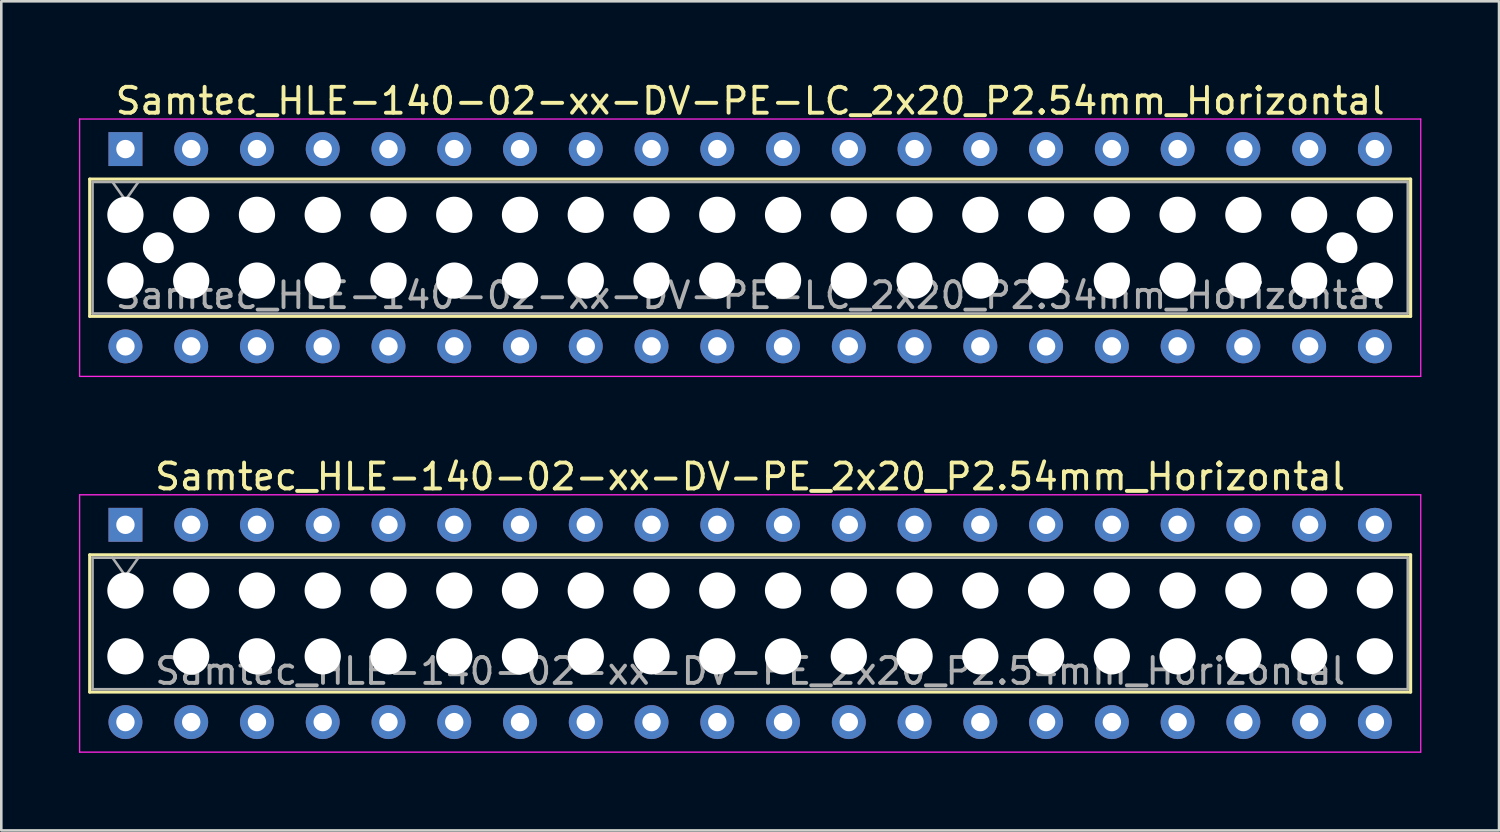
<source format=kicad_pcb>
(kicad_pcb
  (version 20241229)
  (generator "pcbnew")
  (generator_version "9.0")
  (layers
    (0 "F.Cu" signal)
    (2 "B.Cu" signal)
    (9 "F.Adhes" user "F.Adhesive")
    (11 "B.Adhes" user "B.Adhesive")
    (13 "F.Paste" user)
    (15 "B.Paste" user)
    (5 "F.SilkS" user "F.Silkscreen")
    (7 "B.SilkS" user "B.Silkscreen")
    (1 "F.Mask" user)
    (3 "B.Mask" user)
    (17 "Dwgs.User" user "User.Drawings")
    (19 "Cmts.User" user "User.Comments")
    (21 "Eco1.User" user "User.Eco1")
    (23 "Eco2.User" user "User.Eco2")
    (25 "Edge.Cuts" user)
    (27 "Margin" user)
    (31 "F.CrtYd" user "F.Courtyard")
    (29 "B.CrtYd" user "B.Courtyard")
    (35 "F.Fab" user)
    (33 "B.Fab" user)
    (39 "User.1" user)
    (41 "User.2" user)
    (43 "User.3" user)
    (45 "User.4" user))
  (footprint "Samtec_HLE-140-02-xx-DV-PE_2x20_P2.54mm_Horizontal"
    (layer "F.Cu")
    (at 1.795 17.221)
    (property "Reference" "Samtec_HLE-140-02-xx-DV-PE_2x20_P2.54mm_Horizontal" (at 24.13 -1.86 0) (layer "F.SilkS") (effects (font (size 1 1) (thickness 0.15))))
    (attr through_hole)
    (fp_line (start -1.38 1.16) (end 49.64 1.16) (stroke (width 0.12) (type solid)) (layer "F.SilkS"))
    (fp_line (start -1.38 6.46) (end -1.38 1.16) (stroke (width 0.12) (type solid)) (layer "F.SilkS"))
    (fp_line (start 49.64 1.16) (end 49.64 6.46) (stroke (width 0.12) (type solid)) (layer "F.SilkS"))
    (fp_line (start 49.64 6.46) (end -1.38 6.46) (stroke (width 0.12) (type solid)) (layer "F.SilkS"))
    (fp_line (start -1.77 -1.16) (end 50.03 -1.16) (stroke (width 0.05) (type solid)) (layer "F.CrtYd"))
    (fp_line (start -1.77 8.78) (end -1.77 -1.16) (stroke (width 0.05) (type solid)) (layer "F.CrtYd"))
    (fp_line (start 50.03 -1.16) (end 50.03 8.78) (stroke (width 0.05) (type solid)) (layer "F.CrtYd"))
    (fp_line (start 50.03 8.78) (end -1.77 8.78) (stroke (width 0.05) (type solid)) (layer "F.CrtYd"))
    (fp_line (start -1.27 1.27) (end 49.53 1.27) (stroke (width 0.1) (type solid)) (layer "F.Fab"))
    (fp_line (start -1.27 6.35) (end -1.27 1.27) (stroke (width 0.1) (type solid)) (layer "F.Fab"))
    (fp_line (start -0.5 1.27) (end 0 1.977) (stroke (width 0.1) (type solid)) (layer "F.Fab"))
    (fp_line (start 0 1.977) (end 0.5 1.27) (stroke (width 0.1) (type solid)) (layer "F.Fab"))
    (fp_line (start 49.53 1.27) (end 49.53 6.35) (stroke (width 0.1) (type solid)) (layer "F.Fab"))
    (fp_line (start 49.53 6.35) (end -1.27 6.35) (stroke (width 0.1) (type solid)) (layer "F.Fab"))
    (fp_text user "${REFERENCE}" (at 24.13 5.65 0) (layer "F.Fab") (effects (font (size 1 1) (thickness 0.15))))
    (pad "" np_thru_hole circle (at 0 2.54) (size 1.4 1.4) (drill 1.4) (layers "*.Cu" "*.Mask"))
    (pad "" np_thru_hole circle (at 0 5.08) (size 1.4 1.4) (drill 1.4) (layers "*.Cu" "*.Mask"))
    (pad "" np_thru_hole circle (at 2.54 2.54) (size 1.4 1.4) (drill 1.4) (layers "*.Cu" "*.Mask"))
    (pad "" np_thru_hole circle (at 2.54 5.08) (size 1.4 1.4) (drill 1.4) (layers "*.Cu" "*.Mask"))
    (pad "" np_thru_hole circle (at 5.08 2.54) (size 1.4 1.4) (drill 1.4) (layers "*.Cu" "*.Mask"))
    (pad "" np_thru_hole circle (at 5.08 5.08) (size 1.4 1.4) (drill 1.4) (layers "*.Cu" "*.Mask"))
    (pad "" np_thru_hole circle (at 7.62 2.54) (size 1.4 1.4) (drill 1.4) (layers "*.Cu" "*.Mask"))
    (pad "" np_thru_hole circle (at 7.62 5.08) (size 1.4 1.4) (drill 1.4) (layers "*.Cu" "*.Mask"))
    (pad "" np_thru_hole circle (at 10.16 2.54) (size 1.4 1.4) (drill 1.4) (layers "*.Cu" "*.Mask"))
    (pad "" np_thru_hole circle (at 10.16 5.08) (size 1.4 1.4) (drill 1.4) (layers "*.Cu" "*.Mask"))
    (pad "" np_thru_hole circle (at 12.7 2.54) (size 1.4 1.4) (drill 1.4) (layers "*.Cu" "*.Mask"))
    (pad "" np_thru_hole circle (at 12.7 5.08) (size 1.4 1.4) (drill 1.4) (layers "*.Cu" "*.Mask"))
    (pad "" np_thru_hole circle (at 15.24 2.54) (size 1.4 1.4) (drill 1.4) (layers "*.Cu" "*.Mask"))
    (pad "" np_thru_hole circle (at 15.24 5.08) (size 1.4 1.4) (drill 1.4) (layers "*.Cu" "*.Mask"))
    (pad "" np_thru_hole circle (at 17.78 2.54) (size 1.4 1.4) (drill 1.4) (layers "*.Cu" "*.Mask"))
    (pad "" np_thru_hole circle (at 17.78 5.08) (size 1.4 1.4) (drill 1.4) (layers "*.Cu" "*.Mask"))
    (pad "" np_thru_hole circle (at 20.32 2.54) (size 1.4 1.4) (drill 1.4) (layers "*.Cu" "*.Mask"))
    (pad "" np_thru_hole circle (at 20.32 5.08) (size 1.4 1.4) (drill 1.4) (layers "*.Cu" "*.Mask"))
    (pad "" np_thru_hole circle (at 22.86 2.54) (size 1.4 1.4) (drill 1.4) (layers "*.Cu" "*.Mask"))
    (pad "" np_thru_hole circle (at 22.86 5.08) (size 1.4 1.4) (drill 1.4) (layers "*.Cu" "*.Mask"))
    (pad "" np_thru_hole circle (at 25.4 2.54) (size 1.4 1.4) (drill 1.4) (layers "*.Cu" "*.Mask"))
    (pad "" np_thru_hole circle (at 25.4 5.08) (size 1.4 1.4) (drill 1.4) (layers "*.Cu" "*.Mask"))
    (pad "" np_thru_hole circle (at 27.94 2.54) (size 1.4 1.4) (drill 1.4) (layers "*.Cu" "*.Mask"))
    (pad "" np_thru_hole circle (at 27.94 5.08) (size 1.4 1.4) (drill 1.4) (layers "*.Cu" "*.Mask"))
    (pad "" np_thru_hole circle (at 30.48 2.54) (size 1.4 1.4) (drill 1.4) (layers "*.Cu" "*.Mask"))
    (pad "" np_thru_hole circle (at 30.48 5.08) (size 1.4 1.4) (drill 1.4) (layers "*.Cu" "*.Mask"))
    (pad "" np_thru_hole circle (at 33.02 2.54) (size 1.4 1.4) (drill 1.4) (layers "*.Cu" "*.Mask"))
    (pad "" np_thru_hole circle (at 33.02 5.08) (size 1.4 1.4) (drill 1.4) (layers "*.Cu" "*.Mask"))
    (pad "" np_thru_hole circle (at 35.56 2.54) (size 1.4 1.4) (drill 1.4) (layers "*.Cu" "*.Mask"))
    (pad "" np_thru_hole circle (at 35.56 5.08) (size 1.4 1.4) (drill 1.4) (layers "*.Cu" "*.Mask"))
    (pad "" np_thru_hole circle (at 38.1 2.54) (size 1.4 1.4) (drill 1.4) (layers "*.Cu" "*.Mask"))
    (pad "" np_thru_hole circle (at 38.1 5.08) (size 1.4 1.4) (drill 1.4) (layers "*.Cu" "*.Mask"))
    (pad "" np_thru_hole circle (at 40.64 2.54) (size 1.4 1.4) (drill 1.4) (layers "*.Cu" "*.Mask"))
    (pad "" np_thru_hole circle (at 40.64 5.08) (size 1.4 1.4) (drill 1.4) (layers "*.Cu" "*.Mask"))
    (pad "" np_thru_hole circle (at 43.18 2.54) (size 1.4 1.4) (drill 1.4) (layers "*.Cu" "*.Mask"))
    (pad "" np_thru_hole circle (at 43.18 5.08) (size 1.4 1.4) (drill 1.4) (layers "*.Cu" "*.Mask"))
    (pad "" np_thru_hole circle (at 45.72 2.54) (size 1.4 1.4) (drill 1.4) (layers "*.Cu" "*.Mask"))
    (pad "" np_thru_hole circle (at 45.72 5.08) (size 1.4 1.4) (drill 1.4) (layers "*.Cu" "*.Mask"))
    (pad "" np_thru_hole circle (at 48.26 2.54) (size 1.4 1.4) (drill 1.4) (layers "*.Cu" "*.Mask"))
    (pad "" np_thru_hole circle (at 48.26 5.08) (size 1.4 1.4) (drill 1.4) (layers "*.Cu" "*.Mask"))
    (pad "1" thru_hole rect (at 0 0) (size 1.31 1.31) (drill 0.71) (layers "*.Cu" "*.Mask"))
    (pad "2" thru_hole circle (at 0 7.62) (size 1.31 1.31) (drill 0.71) (layers "*.Cu" "*.Mask"))
    (pad "3" thru_hole circle (at 2.54 0) (size 1.31 1.31) (drill 0.71) (layers "*.Cu" "*.Mask"))
    (pad "4" thru_hole circle (at 2.54 7.62) (size 1.31 1.31) (drill 0.71) (layers "*.Cu" "*.Mask"))
    (pad "5" thru_hole circle (at 5.08 0) (size 1.31 1.31) (drill 0.71) (layers "*.Cu" "*.Mask"))
    (pad "6" thru_hole circle (at 5.08 7.62) (size 1.31 1.31) (drill 0.71) (layers "*.Cu" "*.Mask"))
    (pad "7" thru_hole circle (at 7.62 0) (size 1.31 1.31) (drill 0.71) (layers "*.Cu" "*.Mask"))
    (pad "8" thru_hole circle (at 7.62 7.62) (size 1.31 1.31) (drill 0.71) (layers "*.Cu" "*.Mask"))
    (pad "9" thru_hole circle (at 10.16 0) (size 1.31 1.31) (drill 0.71) (layers "*.Cu" "*.Mask"))
    (pad "10" thru_hole circle (at 10.16 7.62) (size 1.31 1.31) (drill 0.71) (layers "*.Cu" "*.Mask"))
    (pad "11" thru_hole circle (at 12.7 0) (size 1.31 1.31) (drill 0.71) (layers "*.Cu" "*.Mask"))
    (pad "12" thru_hole circle (at 12.7 7.62) (size 1.31 1.31) (drill 0.71) (layers "*.Cu" "*.Mask"))
    (pad "13" thru_hole circle (at 15.24 0) (size 1.31 1.31) (drill 0.71) (layers "*.Cu" "*.Mask"))
    (pad "14" thru_hole circle (at 15.24 7.62) (size 1.31 1.31) (drill 0.71) (layers "*.Cu" "*.Mask"))
    (pad "15" thru_hole circle (at 17.78 0) (size 1.31 1.31) (drill 0.71) (layers "*.Cu" "*.Mask"))
    (pad "16" thru_hole circle (at 17.78 7.62) (size 1.31 1.31) (drill 0.71) (layers "*.Cu" "*.Mask"))
    (pad "17" thru_hole circle (at 20.32 0) (size 1.31 1.31) (drill 0.71) (layers "*.Cu" "*.Mask"))
    (pad "18" thru_hole circle (at 20.32 7.62) (size 1.31 1.31) (drill 0.71) (layers "*.Cu" "*.Mask"))
    (pad "19" thru_hole circle (at 22.86 0) (size 1.31 1.31) (drill 0.71) (layers "*.Cu" "*.Mask"))
    (pad "20" thru_hole circle (at 22.86 7.62) (size 1.31 1.31) (drill 0.71) (layers "*.Cu" "*.Mask"))
    (pad "21" thru_hole circle (at 25.4 0) (size 1.31 1.31) (drill 0.71) (layers "*.Cu" "*.Mask"))
    (pad "22" thru_hole circle (at 25.4 7.62) (size 1.31 1.31) (drill 0.71) (layers "*.Cu" "*.Mask"))
    (pad "23" thru_hole circle (at 27.94 0) (size 1.31 1.31) (drill 0.71) (layers "*.Cu" "*.Mask"))
    (pad "24" thru_hole circle (at 27.94 7.62) (size 1.31 1.31) (drill 0.71) (layers "*.Cu" "*.Mask"))
    (pad "25" thru_hole circle (at 30.48 0) (size 1.31 1.31) (drill 0.71) (layers "*.Cu" "*.Mask"))
    (pad "26" thru_hole circle (at 30.48 7.62) (size 1.31 1.31) (drill 0.71) (layers "*.Cu" "*.Mask"))
    (pad "27" thru_hole circle (at 33.02 0) (size 1.31 1.31) (drill 0.71) (layers "*.Cu" "*.Mask"))
    (pad "28" thru_hole circle (at 33.02 7.62) (size 1.31 1.31) (drill 0.71) (layers "*.Cu" "*.Mask"))
    (pad "29" thru_hole circle (at 35.56 0) (size 1.31 1.31) (drill 0.71) (layers "*.Cu" "*.Mask"))
    (pad "30" thru_hole circle (at 35.56 7.62) (size 1.31 1.31) (drill 0.71) (layers "*.Cu" "*.Mask"))
    (pad "31" thru_hole circle (at 38.1 0) (size 1.31 1.31) (drill 0.71) (layers "*.Cu" "*.Mask"))
    (pad "32" thru_hole circle (at 38.1 7.62) (size 1.31 1.31) (drill 0.71) (layers "*.Cu" "*.Mask"))
    (pad "33" thru_hole circle (at 40.64 0) (size 1.31 1.31) (drill 0.71) (layers "*.Cu" "*.Mask"))
    (pad "34" thru_hole circle (at 40.64 7.62) (size 1.31 1.31) (drill 0.71) (layers "*.Cu" "*.Mask"))
    (pad "35" thru_hole circle (at 43.18 0) (size 1.31 1.31) (drill 0.71) (layers "*.Cu" "*.Mask"))
    (pad "36" thru_hole circle (at 43.18 7.62) (size 1.31 1.31) (drill 0.71) (layers "*.Cu" "*.Mask"))
    (pad "37" thru_hole circle (at 45.72 0) (size 1.31 1.31) (drill 0.71) (layers "*.Cu" "*.Mask"))
    (pad "38" thru_hole circle (at 45.72 7.62) (size 1.31 1.31) (drill 0.71) (layers "*.Cu" "*.Mask"))
    (pad "39" thru_hole circle (at 48.26 0) (size 1.31 1.31) (drill 0.71) (layers "*.Cu" "*.Mask"))
    (pad "40" thru_hole circle (at 48.26 7.62) (size 1.31 1.31) (drill 0.71) (layers "*.Cu" "*.Mask")))
  (footprint "Samtec_HLE-140-02-xx-DV-PE-LC_2x20_P2.54mm_Horizontal"
    (layer "F.Cu")
    (at 1.795 2.708)
    (property "Reference" "Samtec_HLE-140-02-xx-DV-PE-LC_2x20_P2.54mm_Horizontal" (at 24.13 -1.86 0) (layer "F.SilkS") (effects (font (size 1 1) (thickness 0.15))))
    (attr through_hole)
    (fp_line (start -1.38 1.16) (end 49.64 1.16) (stroke (width 0.12) (type solid)) (layer "F.SilkS"))
    (fp_line (start -1.38 6.46) (end -1.38 1.16) (stroke (width 0.12) (type solid)) (layer "F.SilkS"))
    (fp_line (start 49.64 1.16) (end 49.64 6.46) (stroke (width 0.12) (type solid)) (layer "F.SilkS"))
    (fp_line (start 49.64 6.46) (end -1.38 6.46) (stroke (width 0.12) (type solid)) (layer "F.SilkS"))
    (fp_line (start -1.77 -1.16) (end 50.03 -1.16) (stroke (width 0.05) (type solid)) (layer "F.CrtYd"))
    (fp_line (start -1.77 8.78) (end -1.77 -1.16) (stroke (width 0.05) (type solid)) (layer "F.CrtYd"))
    (fp_line (start 50.03 -1.16) (end 50.03 8.78) (stroke (width 0.05) (type solid)) (layer "F.CrtYd"))
    (fp_line (start 50.03 8.78) (end -1.77 8.78) (stroke (width 0.05) (type solid)) (layer "F.CrtYd"))
    (fp_line (start -1.27 1.27) (end 49.53 1.27) (stroke (width 0.1) (type solid)) (layer "F.Fab"))
    (fp_line (start -1.27 6.35) (end -1.27 1.27) (stroke (width 0.1) (type solid)) (layer "F.Fab"))
    (fp_line (start -0.5 1.27) (end 0 1.977) (stroke (width 0.1) (type solid)) (layer "F.Fab"))
    (fp_line (start 0 1.977) (end 0.5 1.27) (stroke (width 0.1) (type solid)) (layer "F.Fab"))
    (fp_line (start 49.53 1.27) (end 49.53 6.35) (stroke (width 0.1) (type solid)) (layer "F.Fab"))
    (fp_line (start 49.53 6.35) (end -1.27 6.35) (stroke (width 0.1) (type solid)) (layer "F.Fab"))
    (fp_text user "${REFERENCE}" (at 24.13 5.65 0) (layer "F.Fab") (effects (font (size 1 1) (thickness 0.15))))
    (pad "" np_thru_hole circle (at 0 2.54) (size 1.4 1.4) (drill 1.4) (layers "*.Cu" "*.Mask"))
    (pad "" np_thru_hole circle (at 0 5.08) (size 1.4 1.4) (drill 1.4) (layers "*.Cu" "*.Mask"))
    (pad "" np_thru_hole circle (at 1.27 3.81) (size 1.19 1.19) (drill 1.19) (layers "*.Cu" "*.Mask"))
    (pad "" np_thru_hole circle (at 2.54 2.54) (size 1.4 1.4) (drill 1.4) (layers "*.Cu" "*.Mask"))
    (pad "" np_thru_hole circle (at 2.54 5.08) (size 1.4 1.4) (drill 1.4) (layers "*.Cu" "*.Mask"))
    (pad "" np_thru_hole circle (at 5.08 2.54) (size 1.4 1.4) (drill 1.4) (layers "*.Cu" "*.Mask"))
    (pad "" np_thru_hole circle (at 5.08 5.08) (size 1.4 1.4) (drill 1.4) (layers "*.Cu" "*.Mask"))
    (pad "" np_thru_hole circle (at 7.62 2.54) (size 1.4 1.4) (drill 1.4) (layers "*.Cu" "*.Mask"))
    (pad "" np_thru_hole circle (at 7.62 5.08) (size 1.4 1.4) (drill 1.4) (layers "*.Cu" "*.Mask"))
    (pad "" np_thru_hole circle (at 10.16 2.54) (size 1.4 1.4) (drill 1.4) (layers "*.Cu" "*.Mask"))
    (pad "" np_thru_hole circle (at 10.16 5.08) (size 1.4 1.4) (drill 1.4) (layers "*.Cu" "*.Mask"))
    (pad "" np_thru_hole circle (at 12.7 2.54) (size 1.4 1.4) (drill 1.4) (layers "*.Cu" "*.Mask"))
    (pad "" np_thru_hole circle (at 12.7 5.08) (size 1.4 1.4) (drill 1.4) (layers "*.Cu" "*.Mask"))
    (pad "" np_thru_hole circle (at 15.24 2.54) (size 1.4 1.4) (drill 1.4) (layers "*.Cu" "*.Mask"))
    (pad "" np_thru_hole circle (at 15.24 5.08) (size 1.4 1.4) (drill 1.4) (layers "*.Cu" "*.Mask"))
    (pad "" np_thru_hole circle (at 17.78 2.54) (size 1.4 1.4) (drill 1.4) (layers "*.Cu" "*.Mask"))
    (pad "" np_thru_hole circle (at 17.78 5.08) (size 1.4 1.4) (drill 1.4) (layers "*.Cu" "*.Mask"))
    (pad "" np_thru_hole circle (at 20.32 2.54) (size 1.4 1.4) (drill 1.4) (layers "*.Cu" "*.Mask"))
    (pad "" np_thru_hole circle (at 20.32 5.08) (size 1.4 1.4) (drill 1.4) (layers "*.Cu" "*.Mask"))
    (pad "" np_thru_hole circle (at 22.86 2.54) (size 1.4 1.4) (drill 1.4) (layers "*.Cu" "*.Mask"))
    (pad "" np_thru_hole circle (at 22.86 5.08) (size 1.4 1.4) (drill 1.4) (layers "*.Cu" "*.Mask"))
    (pad "" np_thru_hole circle (at 25.4 2.54) (size 1.4 1.4) (drill 1.4) (layers "*.Cu" "*.Mask"))
    (pad "" np_thru_hole circle (at 25.4 5.08) (size 1.4 1.4) (drill 1.4) (layers "*.Cu" "*.Mask"))
    (pad "" np_thru_hole circle (at 27.94 2.54) (size 1.4 1.4) (drill 1.4) (layers "*.Cu" "*.Mask"))
    (pad "" np_thru_hole circle (at 27.94 5.08) (size 1.4 1.4) (drill 1.4) (layers "*.Cu" "*.Mask"))
    (pad "" np_thru_hole circle (at 30.48 2.54) (size 1.4 1.4) (drill 1.4) (layers "*.Cu" "*.Mask"))
    (pad "" np_thru_hole circle (at 30.48 5.08) (size 1.4 1.4) (drill 1.4) (layers "*.Cu" "*.Mask"))
    (pad "" np_thru_hole circle (at 33.02 2.54) (size 1.4 1.4) (drill 1.4) (layers "*.Cu" "*.Mask"))
    (pad "" np_thru_hole circle (at 33.02 5.08) (size 1.4 1.4) (drill 1.4) (layers "*.Cu" "*.Mask"))
    (pad "" np_thru_hole circle (at 35.56 2.54) (size 1.4 1.4) (drill 1.4) (layers "*.Cu" "*.Mask"))
    (pad "" np_thru_hole circle (at 35.56 5.08) (size 1.4 1.4) (drill 1.4) (layers "*.Cu" "*.Mask"))
    (pad "" np_thru_hole circle (at 38.1 2.54) (size 1.4 1.4) (drill 1.4) (layers "*.Cu" "*.Mask"))
    (pad "" np_thru_hole circle (at 38.1 5.08) (size 1.4 1.4) (drill 1.4) (layers "*.Cu" "*.Mask"))
    (pad "" np_thru_hole circle (at 40.64 2.54) (size 1.4 1.4) (drill 1.4) (layers "*.Cu" "*.Mask"))
    (pad "" np_thru_hole circle (at 40.64 5.08) (size 1.4 1.4) (drill 1.4) (layers "*.Cu" "*.Mask"))
    (pad "" np_thru_hole circle (at 43.18 2.54) (size 1.4 1.4) (drill 1.4) (layers "*.Cu" "*.Mask"))
    (pad "" np_thru_hole circle (at 43.18 5.08) (size 1.4 1.4) (drill 1.4) (layers "*.Cu" "*.Mask"))
    (pad "" np_thru_hole circle (at 45.72 2.54) (size 1.4 1.4) (drill 1.4) (layers "*.Cu" "*.Mask"))
    (pad "" np_thru_hole circle (at 45.72 5.08) (size 1.4 1.4) (drill 1.4) (layers "*.Cu" "*.Mask"))
    (pad "" np_thru_hole circle (at 46.99 3.81) (size 1.19 1.19) (drill 1.19) (layers "*.Cu" "*.Mask"))
    (pad "" np_thru_hole circle (at 48.26 2.54) (size 1.4 1.4) (drill 1.4) (layers "*.Cu" "*.Mask"))
    (pad "" np_thru_hole circle (at 48.26 5.08) (size 1.4 1.4) (drill 1.4) (layers "*.Cu" "*.Mask"))
    (pad "1" thru_hole rect (at 0 0) (size 1.31 1.31) (drill 0.71) (layers "*.Cu" "*.Mask"))
    (pad "2" thru_hole circle (at 0 7.62) (size 1.31 1.31) (drill 0.71) (layers "*.Cu" "*.Mask"))
    (pad "3" thru_hole circle (at 2.54 0) (size 1.31 1.31) (drill 0.71) (layers "*.Cu" "*.Mask"))
    (pad "4" thru_hole circle (at 2.54 7.62) (size 1.31 1.31) (drill 0.71) (layers "*.Cu" "*.Mask"))
    (pad "5" thru_hole circle (at 5.08 0) (size 1.31 1.31) (drill 0.71) (layers "*.Cu" "*.Mask"))
    (pad "6" thru_hole circle (at 5.08 7.62) (size 1.31 1.31) (drill 0.71) (layers "*.Cu" "*.Mask"))
    (pad "7" thru_hole circle (at 7.62 0) (size 1.31 1.31) (drill 0.71) (layers "*.Cu" "*.Mask"))
    (pad "8" thru_hole circle (at 7.62 7.62) (size 1.31 1.31) (drill 0.71) (layers "*.Cu" "*.Mask"))
    (pad "9" thru_hole circle (at 10.16 0) (size 1.31 1.31) (drill 0.71) (layers "*.Cu" "*.Mask"))
    (pad "10" thru_hole circle (at 10.16 7.62) (size 1.31 1.31) (drill 0.71) (layers "*.Cu" "*.Mask"))
    (pad "11" thru_hole circle (at 12.7 0) (size 1.31 1.31) (drill 0.71) (layers "*.Cu" "*.Mask"))
    (pad "12" thru_hole circle (at 12.7 7.62) (size 1.31 1.31) (drill 0.71) (layers "*.Cu" "*.Mask"))
    (pad "13" thru_hole circle (at 15.24 0) (size 1.31 1.31) (drill 0.71) (layers "*.Cu" "*.Mask"))
    (pad "14" thru_hole circle (at 15.24 7.62) (size 1.31 1.31) (drill 0.71) (layers "*.Cu" "*.Mask"))
    (pad "15" thru_hole circle (at 17.78 0) (size 1.31 1.31) (drill 0.71) (layers "*.Cu" "*.Mask"))
    (pad "16" thru_hole circle (at 17.78 7.62) (size 1.31 1.31) (drill 0.71) (layers "*.Cu" "*.Mask"))
    (pad "17" thru_hole circle (at 20.32 0) (size 1.31 1.31) (drill 0.71) (layers "*.Cu" "*.Mask"))
    (pad "18" thru_hole circle (at 20.32 7.62) (size 1.31 1.31) (drill 0.71) (layers "*.Cu" "*.Mask"))
    (pad "19" thru_hole circle (at 22.86 0) (size 1.31 1.31) (drill 0.71) (layers "*.Cu" "*.Mask"))
    (pad "20" thru_hole circle (at 22.86 7.62) (size 1.31 1.31) (drill 0.71) (layers "*.Cu" "*.Mask"))
    (pad "21" thru_hole circle (at 25.4 0) (size 1.31 1.31) (drill 0.71) (layers "*.Cu" "*.Mask"))
    (pad "22" thru_hole circle (at 25.4 7.62) (size 1.31 1.31) (drill 0.71) (layers "*.Cu" "*.Mask"))
    (pad "23" thru_hole circle (at 27.94 0) (size 1.31 1.31) (drill 0.71) (layers "*.Cu" "*.Mask"))
    (pad "24" thru_hole circle (at 27.94 7.62) (size 1.31 1.31) (drill 0.71) (layers "*.Cu" "*.Mask"))
    (pad "25" thru_hole circle (at 30.48 0) (size 1.31 1.31) (drill 0.71) (layers "*.Cu" "*.Mask"))
    (pad "26" thru_hole circle (at 30.48 7.62) (size 1.31 1.31) (drill 0.71) (layers "*.Cu" "*.Mask"))
    (pad "27" thru_hole circle (at 33.02 0) (size 1.31 1.31) (drill 0.71) (layers "*.Cu" "*.Mask"))
    (pad "28" thru_hole circle (at 33.02 7.62) (size 1.31 1.31) (drill 0.71) (layers "*.Cu" "*.Mask"))
    (pad "29" thru_hole circle (at 35.56 0) (size 1.31 1.31) (drill 0.71) (layers "*.Cu" "*.Mask"))
    (pad "30" thru_hole circle (at 35.56 7.62) (size 1.31 1.31) (drill 0.71) (layers "*.Cu" "*.Mask"))
    (pad "31" thru_hole circle (at 38.1 0) (size 1.31 1.31) (drill 0.71) (layers "*.Cu" "*.Mask"))
    (pad "32" thru_hole circle (at 38.1 7.62) (size 1.31 1.31) (drill 0.71) (layers "*.Cu" "*.Mask"))
    (pad "33" thru_hole circle (at 40.64 0) (size 1.31 1.31) (drill 0.71) (layers "*.Cu" "*.Mask"))
    (pad "34" thru_hole circle (at 40.64 7.62) (size 1.31 1.31) (drill 0.71) (layers "*.Cu" "*.Mask"))
    (pad "35" thru_hole circle (at 43.18 0) (size 1.31 1.31) (drill 0.71) (layers "*.Cu" "*.Mask"))
    (pad "36" thru_hole circle (at 43.18 7.62) (size 1.31 1.31) (drill 0.71) (layers "*.Cu" "*.Mask"))
    (pad "37" thru_hole circle (at 45.72 0) (size 1.31 1.31) (drill 0.71) (layers "*.Cu" "*.Mask"))
    (pad "38" thru_hole circle (at 45.72 7.62) (size 1.31 1.31) (drill 0.71) (layers "*.Cu" "*.Mask"))
    (pad "39" thru_hole circle (at 48.26 0) (size 1.31 1.31) (drill 0.71) (layers "*.Cu" "*.Mask"))
    (pad "40" thru_hole circle (at 48.26 7.62) (size 1.31 1.31) (drill 0.71) (layers "*.Cu" "*.Mask")))
  (gr_rect
    (start -3 -3)
    (end 54.85 29.026)
    (stroke (width 0.1) (type default))
    (fill no)
    (layer "Edge.Cuts")))
</source>
